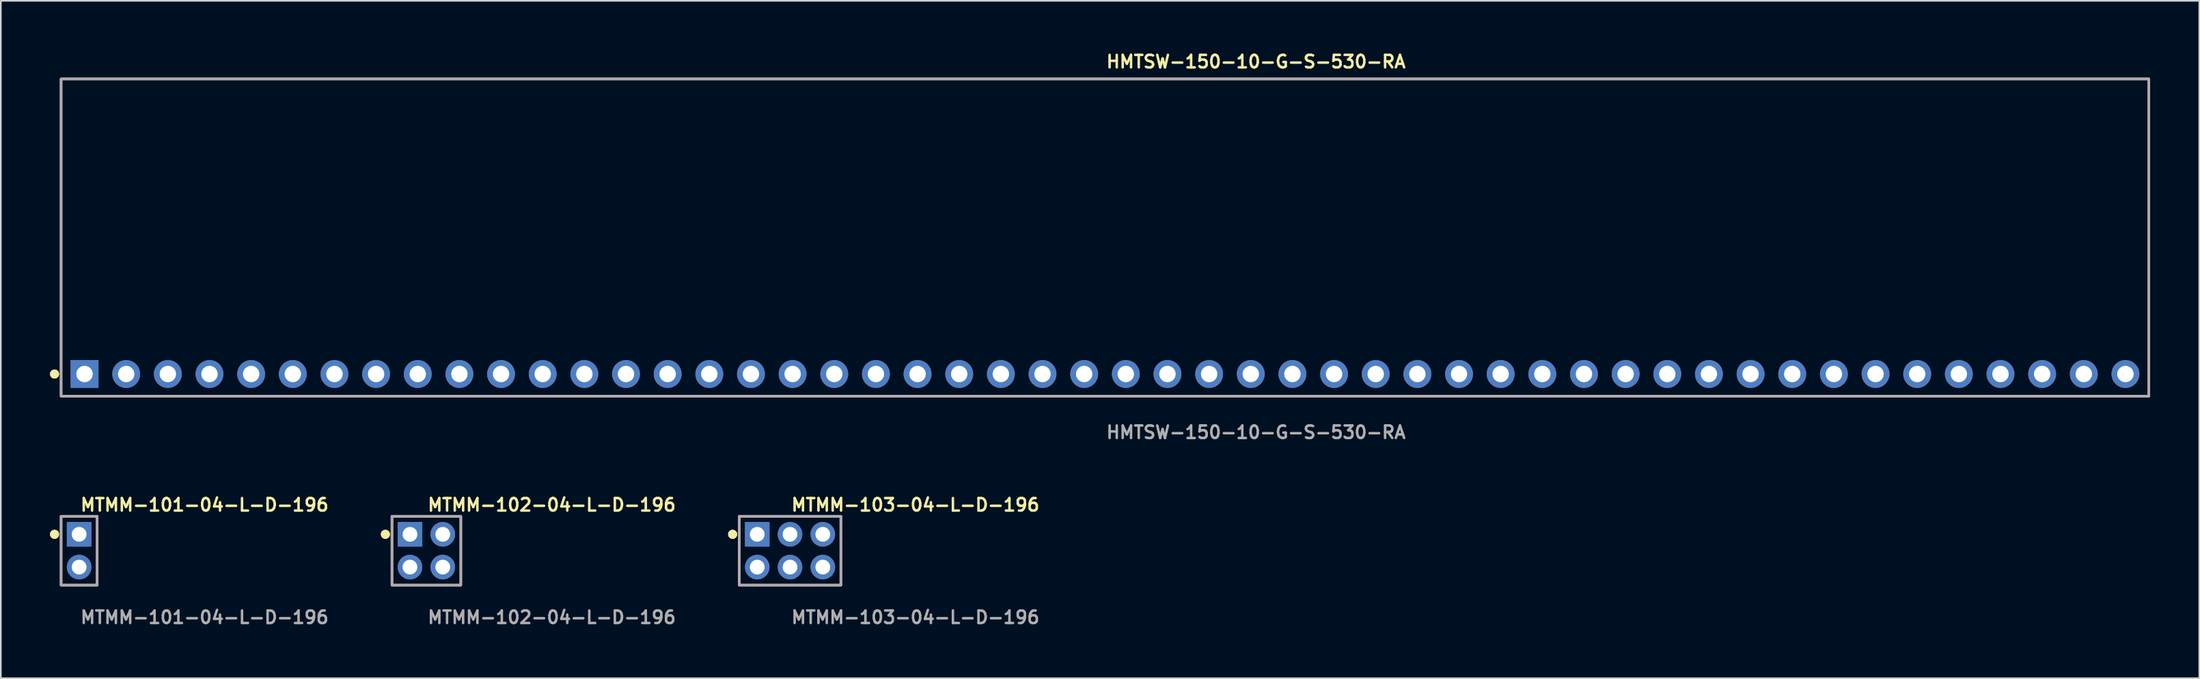
<source format=kicad_pcb>
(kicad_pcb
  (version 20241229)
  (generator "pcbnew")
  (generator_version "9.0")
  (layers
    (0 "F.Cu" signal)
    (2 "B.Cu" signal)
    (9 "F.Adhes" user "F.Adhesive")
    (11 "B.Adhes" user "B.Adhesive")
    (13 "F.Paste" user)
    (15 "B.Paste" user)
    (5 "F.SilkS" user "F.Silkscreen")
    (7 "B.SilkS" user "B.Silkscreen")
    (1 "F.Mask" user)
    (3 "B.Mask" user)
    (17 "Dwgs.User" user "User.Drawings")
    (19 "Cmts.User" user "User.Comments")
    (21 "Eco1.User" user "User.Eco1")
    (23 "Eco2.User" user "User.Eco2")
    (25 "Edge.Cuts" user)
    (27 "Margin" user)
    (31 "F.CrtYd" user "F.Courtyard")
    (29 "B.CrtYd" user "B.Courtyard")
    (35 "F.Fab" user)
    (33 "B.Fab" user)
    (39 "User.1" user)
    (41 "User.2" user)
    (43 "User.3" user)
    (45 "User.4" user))
  (footprint "MTMM-103-04-L-D-196"
    (layer "F.Cu")
    (at 45.128 30.54)
    (property "Reference" "MTMM-103-04-L-D-196" (at 0 -2.794 0) (unlocked yes) (layer "F.SilkS") (effects (font (size 0.762 0.762) (thickness 0.152)) (justify left)))
    (fp_rect (start -3.1 2.1) (end 3.1 -2.1) (stroke (width 0.152) (type solid)) (fill no) (layer "F.SilkS"))
    (fp_circle (center -3.5 -1) (end -3.7 -1) (stroke (width 0.152) (type solid)) (fill yes) (layer "F.SilkS"))
    (fp_circle (center -3.5 -1) (end -3.7 -1) (stroke (width 0.152) (type solid)) (fill yes) (layer "F.SilkS"))
    (fp_rect (start -3.1 2.1) (end 3.1 -2.1) (stroke (width 0.006) (type solid)) (fill no) (layer "F.CrtYd"))
    (fp_rect (start -3.1 2.1) (end 3.1 -2.1) (stroke (width 0.152) (type solid)) (fill no) (layer "F.Fab"))
    (fp_text user "${REFERENCE}" (at 0 4.064 0) (unlocked yes) (layer "F.Fab") (effects (font (size 0.762 0.762) (thickness 0.152)) (justify left)))
    (pad "1" thru_hole rect (at -2 -1) (size 1.5 1.5) (drill 0.9) (layers "*.Cu" "*.Mask"))
    (pad "2" thru_hole circle (at -2 1) (size 1.5 1.5) (drill 0.9) (layers "*.Cu" "*.Mask"))
    (pad "3" thru_hole circle (at 0 -1) (size 1.5 1.5) (drill 0.9) (layers "*.Cu" "*.Mask"))
    (pad "4" thru_hole circle (at 0 1) (size 1.5 1.5) (drill 0.9) (layers "*.Cu" "*.Mask"))
    (pad "5" thru_hole circle (at 2 -1) (size 1.5 1.5) (drill 0.9) (layers "*.Cu" "*.Mask"))
    (pad "6" thru_hole circle (at 2 1) (size 1.5 1.5) (drill 0.9) (layers "*.Cu" "*.Mask")))
  (footprint "MTMM-102-04-L-D-196"
    (layer "F.Cu")
    (at 22.952 30.54)
    (property "Reference" "MTMM-102-04-L-D-196" (at 0 -2.794 0) (unlocked yes) (layer "F.SilkS") (effects (font (size 0.762 0.762) (thickness 0.152)) (justify left)))
    (fp_rect (start -2.1 2.1) (end 2.1 -2.1) (stroke (width 0.152) (type solid)) (fill no) (layer "F.SilkS"))
    (fp_circle (center -2.5 -1) (end -2.7 -1) (stroke (width 0.152) (type solid)) (fill yes) (layer "F.SilkS"))
    (fp_circle (center -2.5 -1) (end -2.7 -1) (stroke (width 0.152) (type solid)) (fill yes) (layer "F.SilkS"))
    (fp_rect (start -2.1 2.1) (end 2.1 -2.1) (stroke (width 0.006) (type solid)) (fill no) (layer "F.CrtYd"))
    (fp_rect (start -2.1 2.1) (end 2.1 -2.1) (stroke (width 0.152) (type solid)) (fill no) (layer "F.Fab"))
    (fp_text user "${REFERENCE}" (at 0 4.064 0) (unlocked yes) (layer "F.Fab") (effects (font (size 0.762 0.762) (thickness 0.152)) (justify left)))
    (pad "1" thru_hole rect (at -1 -1) (size 1.5 1.5) (drill 0.9) (layers "*.Cu" "*.Mask"))
    (pad "2" thru_hole circle (at -1 1) (size 1.5 1.5) (drill 0.9) (layers "*.Cu" "*.Mask"))
    (pad "3" thru_hole circle (at 1 -1) (size 1.5 1.5) (drill 0.9) (layers "*.Cu" "*.Mask"))
    (pad "4" thru_hole circle (at 1 1) (size 1.5 1.5) (drill 0.9) (layers "*.Cu" "*.Mask")))
  (footprint "MTMM-101-04-L-D-196"
    (layer "F.Cu")
    (at 1.776 30.54)
    (property "Reference" "MTMM-101-04-L-D-196" (at 0 -2.794 0) (unlocked yes) (layer "F.SilkS") (effects (font (size 0.762 0.762) (thickness 0.152)) (justify left)))
    (fp_rect (start -1.1 2.1) (end 1.1 -2.1) (stroke (width 0.152) (type solid)) (fill no) (layer "F.SilkS"))
    (fp_circle (center -1.5 -1) (end -1.7 -1) (stroke (width 0.152) (type solid)) (fill yes) (layer "F.SilkS"))
    (fp_circle (center -1.5 -1) (end -1.7 -1) (stroke (width 0.152) (type solid)) (fill yes) (layer "F.SilkS"))
    (fp_rect (start -1.1 2.1) (end 1.1 -2.1) (stroke (width 0.006) (type solid)) (fill no) (layer "F.CrtYd"))
    (fp_rect (start -1.1 2.1) (end 1.1 -2.1) (stroke (width 0.152) (type solid)) (fill no) (layer "F.Fab"))
    (fp_text user "${REFERENCE}" (at 0 4.064 0) (unlocked yes) (layer "F.Fab") (effects (font (size 0.762 0.762) (thickness 0.152)) (justify left)))
    (pad "1" thru_hole rect (at 0 -1) (size 1.5 1.5) (drill 0.9) (layers "*.Cu" "*.Mask"))
    (pad "2" thru_hole circle (at 0 1) (size 1.5 1.5) (drill 0.9) (layers "*.Cu" "*.Mask")))
  (footprint "HMTSW-150-10-G-S-530-RA"
    (layer "F.Cu")
    (at 64.336 19.763)
    (property "Reference" "HMTSW-150-10-G-S-530-RA" (at 0 -19.05 0) (unlocked yes) (layer "F.SilkS") (effects (font (size 0.762 0.762) (thickness 0.152)) (justify left)))
    (fp_rect (start -63.66 1.35) (end 63.66 -18) (stroke (width 0.152) (type solid)) (fill no) (layer "F.SilkS"))
    (fp_circle (center -64.06 0) (end -64.26 0) (stroke (width 0.152) (type solid)) (fill yes) (layer "F.SilkS"))
    (fp_circle (center -64.06 0) (end -64.26 0) (stroke (width 0.152) (type solid)) (fill yes) (layer "F.SilkS"))
    (fp_rect (start -63.66 1.35) (end 63.66 -18) (stroke (width 0.006) (type solid)) (fill no) (layer "F.CrtYd"))
    (fp_rect (start -63.66 1.35) (end 63.66 -18) (stroke (width 0.152) (type solid)) (fill no) (layer "F.Fab"))
    (fp_text user "${REFERENCE}" (at 0 3.556 0) (unlocked yes) (layer "F.Fab") (effects (font (size 0.762 0.762) (thickness 0.152)) (justify left)))
    (pad "1" thru_hole rect (at -62.23 0) (size 1.7 1.7) (drill 1) (layers "*.Cu" "*.Mask"))
    (pad "2" thru_hole circle (at -59.69 0) (size 1.7 1.7) (drill 1) (layers "*.Cu" "*.Mask"))
    (pad "3" thru_hole circle (at -57.15 0) (size 1.7 1.7) (drill 1) (layers "*.Cu" "*.Mask"))
    (pad "4" thru_hole circle (at -54.61 0) (size 1.7 1.7) (drill 1) (layers "*.Cu" "*.Mask"))
    (pad "5" thru_hole circle (at -52.07 0) (size 1.7 1.7) (drill 1) (layers "*.Cu" "*.Mask"))
    (pad "6" thru_hole circle (at -49.53 0) (size 1.7 1.7) (drill 1) (layers "*.Cu" "*.Mask"))
    (pad "7" thru_hole circle (at -46.99 0) (size 1.7 1.7) (drill 1) (layers "*.Cu" "*.Mask"))
    (pad "8" thru_hole circle (at -44.45 0) (size 1.7 1.7) (drill 1) (layers "*.Cu" "*.Mask"))
    (pad "9" thru_hole circle (at -41.91 0) (size 1.7 1.7) (drill 1) (layers "*.Cu" "*.Mask"))
    (pad "10" thru_hole circle (at -39.37 0) (size 1.7 1.7) (drill 1) (layers "*.Cu" "*.Mask"))
    (pad "11" thru_hole circle (at -36.83 0) (size 1.7 1.7) (drill 1) (layers "*.Cu" "*.Mask"))
    (pad "12" thru_hole circle (at -34.29 0) (size 1.7 1.7) (drill 1) (layers "*.Cu" "*.Mask"))
    (pad "13" thru_hole circle (at -31.75 0) (size 1.7 1.7) (drill 1) (layers "*.Cu" "*.Mask"))
    (pad "14" thru_hole circle (at -29.21 0) (size 1.7 1.7) (drill 1) (layers "*.Cu" "*.Mask"))
    (pad "15" thru_hole circle (at -26.67 0) (size 1.7 1.7) (drill 1) (layers "*.Cu" "*.Mask"))
    (pad "16" thru_hole circle (at -24.13 0) (size 1.7 1.7) (drill 1) (layers "*.Cu" "*.Mask"))
    (pad "17" thru_hole circle (at -21.59 0) (size 1.7 1.7) (drill 1) (layers "*.Cu" "*.Mask"))
    (pad "18" thru_hole circle (at -19.05 0) (size 1.7 1.7) (drill 1) (layers "*.Cu" "*.Mask"))
    (pad "19" thru_hole circle (at -16.51 0) (size 1.7 1.7) (drill 1) (layers "*.Cu" "*.Mask"))
    (pad "20" thru_hole circle (at -13.97 0) (size 1.7 1.7) (drill 1) (layers "*.Cu" "*.Mask"))
    (pad "21" thru_hole circle (at -11.43 0) (size 1.7 1.7) (drill 1) (layers "*.Cu" "*.Mask"))
    (pad "22" thru_hole circle (at -8.89 0) (size 1.7 1.7) (drill 1) (layers "*.Cu" "*.Mask"))
    (pad "23" thru_hole circle (at -6.35 0) (size 1.7 1.7) (drill 1) (layers "*.Cu" "*.Mask"))
    (pad "24" thru_hole circle (at -3.81 0) (size 1.7 1.7) (drill 1) (layers "*.Cu" "*.Mask"))
    (pad "25" thru_hole circle (at -1.27 0) (size 1.7 1.7) (drill 1) (layers "*.Cu" "*.Mask"))
    (pad "26" thru_hole circle (at 1.27 0) (size 1.7 1.7) (drill 1) (layers "*.Cu" "*.Mask"))
    (pad "27" thru_hole circle (at 3.81 0) (size 1.7 1.7) (drill 1) (layers "*.Cu" "*.Mask"))
    (pad "28" thru_hole circle (at 6.35 0) (size 1.7 1.7) (drill 1) (layers "*.Cu" "*.Mask"))
    (pad "29" thru_hole circle (at 8.89 0) (size 1.7 1.7) (drill 1) (layers "*.Cu" "*.Mask"))
    (pad "30" thru_hole circle (at 11.43 0) (size 1.7 1.7) (drill 1) (layers "*.Cu" "*.Mask"))
    (pad "31" thru_hole circle (at 13.97 0) (size 1.7 1.7) (drill 1) (layers "*.Cu" "*.Mask"))
    (pad "32" thru_hole circle (at 16.51 0) (size 1.7 1.7) (drill 1) (layers "*.Cu" "*.Mask"))
    (pad "33" thru_hole circle (at 19.05 0) (size 1.7 1.7) (drill 1) (layers "*.Cu" "*.Mask"))
    (pad "34" thru_hole circle (at 21.59 0) (size 1.7 1.7) (drill 1) (layers "*.Cu" "*.Mask"))
    (pad "35" thru_hole circle (at 24.13 0) (size 1.7 1.7) (drill 1) (layers "*.Cu" "*.Mask"))
    (pad "36" thru_hole circle (at 26.67 0) (size 1.7 1.7) (drill 1) (layers "*.Cu" "*.Mask"))
    (pad "37" thru_hole circle (at 29.21 0) (size 1.7 1.7) (drill 1) (layers "*.Cu" "*.Mask"))
    (pad "38" thru_hole circle (at 31.75 0) (size 1.7 1.7) (drill 1) (layers "*.Cu" "*.Mask"))
    (pad "39" thru_hole circle (at 34.29 0) (size 1.7 1.7) (drill 1) (layers "*.Cu" "*.Mask"))
    (pad "40" thru_hole circle (at 36.83 0) (size 1.7 1.7) (drill 1) (layers "*.Cu" "*.Mask"))
    (pad "41" thru_hole circle (at 39.37 0) (size 1.7 1.7) (drill 1) (layers "*.Cu" "*.Mask"))
    (pad "42" thru_hole circle (at 41.91 0) (size 1.7 1.7) (drill 1) (layers "*.Cu" "*.Mask"))
    (pad "43" thru_hole circle (at 44.45 0) (size 1.7 1.7) (drill 1) (layers "*.Cu" "*.Mask"))
    (pad "44" thru_hole circle (at 46.99 0) (size 1.7 1.7) (drill 1) (layers "*.Cu" "*.Mask"))
    (pad "45" thru_hole circle (at 49.53 0) (size 1.7 1.7) (drill 1) (layers "*.Cu" "*.Mask"))
    (pad "46" thru_hole circle (at 52.07 0) (size 1.7 1.7) (drill 1) (layers "*.Cu" "*.Mask"))
    (pad "47" thru_hole circle (at 54.61 0) (size 1.7 1.7) (drill 1) (layers "*.Cu" "*.Mask"))
    (pad "48" thru_hole circle (at 57.15 0) (size 1.7 1.7) (drill 1) (layers "*.Cu" "*.Mask"))
    (pad "49" thru_hole circle (at 59.69 0) (size 1.7 1.7) (drill 1) (layers "*.Cu" "*.Mask"))
    (pad "50" thru_hole circle (at 62.23 0) (size 1.7 1.7) (drill 1) (layers "*.Cu" "*.Mask")))
  (gr_rect
    (start -3 -3)
    (end 131.072 38.317)
    (stroke (width 0.1) (type default))
    (fill no)
    (layer "Edge.Cuts")))
</source>
